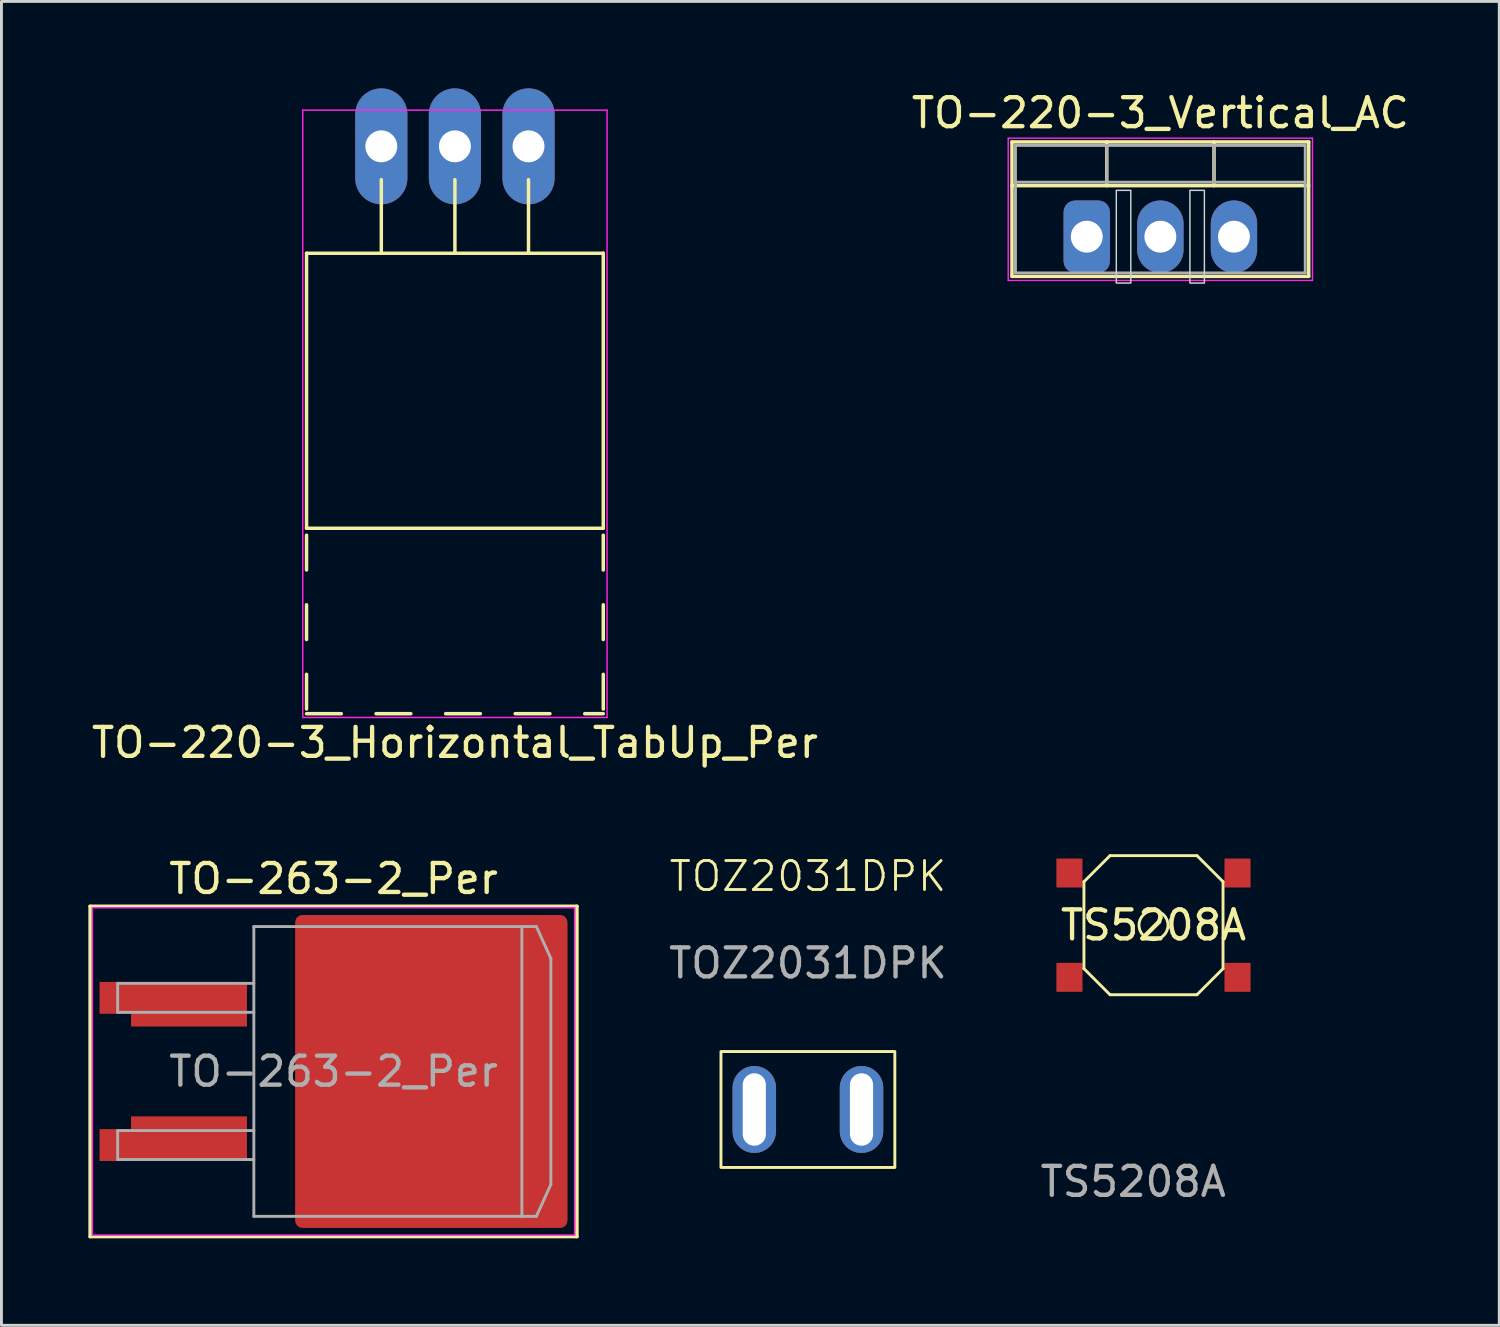
<source format=kicad_pcb>
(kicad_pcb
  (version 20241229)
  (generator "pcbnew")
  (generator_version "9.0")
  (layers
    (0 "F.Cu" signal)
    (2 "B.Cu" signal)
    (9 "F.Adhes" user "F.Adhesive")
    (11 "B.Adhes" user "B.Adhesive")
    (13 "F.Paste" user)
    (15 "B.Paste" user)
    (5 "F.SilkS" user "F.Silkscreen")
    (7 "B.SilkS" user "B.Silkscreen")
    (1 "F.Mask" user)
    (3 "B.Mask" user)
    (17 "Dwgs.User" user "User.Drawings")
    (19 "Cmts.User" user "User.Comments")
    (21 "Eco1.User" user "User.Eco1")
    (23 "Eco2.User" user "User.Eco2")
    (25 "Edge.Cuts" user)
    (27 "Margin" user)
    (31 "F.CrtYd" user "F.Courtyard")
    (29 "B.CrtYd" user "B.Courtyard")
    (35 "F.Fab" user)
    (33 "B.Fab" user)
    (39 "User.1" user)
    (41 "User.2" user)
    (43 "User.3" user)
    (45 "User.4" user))
  (footprint "TS5208A"
    (layer "F.Cu")
    (at 36.757 28.878)
    (property "Reference" "TS5208A" (at 0 0 0) (layer "F.SilkS") (effects (font (size 1 1) (thickness 0.15))))
    (attr smd)
    (fp_line (start -2.4 -1.5) (end -1.5 -2.4) (stroke (width 0.1) (type default)) (layer "F.SilkS"))
    (fp_line (start -2.4 1.5) (end -2.4 -1.5) (stroke (width 0.1) (type solid)) (layer "F.SilkS"))
    (fp_line (start -1.5 2.4) (end -2.4 1.5) (stroke (width 0.1) (type default)) (layer "F.SilkS"))
    (fp_line (start 1.5 -2.4) (end -1.5 -2.4) (stroke (width 0.1) (type solid)) (layer "F.SilkS"))
    (fp_line (start 1.5 2.4) (end -1.5 2.4) (stroke (width 0.1) (type solid)) (layer "F.SilkS"))
    (fp_line (start 1.5 2.4) (end 2.4 1.5) (stroke (width 0.1) (type default)) (layer "F.SilkS"))
    (fp_line (start 2.4 -1.5) (end 1.5 -2.4) (stroke (width 0.1) (type default)) (layer "F.SilkS"))
    (fp_line (start 2.4 1.5) (end 2.4 -1.5) (stroke (width 0.1) (type solid)) (layer "F.SilkS"))
    (fp_circle (center 0 0) (end 0.5 0) (stroke (width 0.1) (type default)) (fill no) (layer "F.SilkS"))
    (fp_text user "${REFERENCE}" (at -0.7 8.85 0) (layer "F.Fab") (effects (font (size 1 1) (thickness 0.15))))
    (pad "1" smd rect (at -2.9 -1.8 90) (size 1 0.9) (layers "F.Cu" "F.Mask" "F.Paste"))
    (pad "1" smd rect (at 2.9 -1.8 90) (size 1 0.9) (layers "F.Cu" "F.Mask" "F.Paste"))
    (pad "2" smd rect (at -2.9 1.8 90) (size 1 0.9) (layers "F.Cu" "F.Mask" "F.Paste"))
    (pad "2" smd rect (at 2.9 1.8 90) (size 1 0.9) (layers "F.Cu" "F.Mask" "F.Paste")))
  (footprint "TO-220-3_Vertical_AC"
    (layer "F.Cu")
    (at 34.454 5.118)
    (property "Reference" "TO-220-3_Vertical_AC" (at 2.54 -4.27 0) (layer "F.SilkS") (effects (font (size 1 1) (thickness 0.15))))
    (attr through_hole)
    (fp_line (start -2.58 -3.27) (end -2.58 1.371) (stroke (width 0.12) (type solid)) (layer "F.SilkS"))
    (fp_line (start -2.58 -3.27) (end 7.66 -3.27) (stroke (width 0.12) (type solid)) (layer "F.SilkS"))
    (fp_line (start -2.58 -1.76) (end 7.66 -1.76) (stroke (width 0.12) (type solid)) (layer "F.SilkS"))
    (fp_line (start -2.58 1.371) (end 7.66 1.371) (stroke (width 0.12) (type solid)) (layer "F.SilkS"))
    (fp_line (start 0.69 -3.27) (end 0.69 -1.76) (stroke (width 0.12) (type solid)) (layer "F.SilkS"))
    (fp_line (start 4.391 -3.27) (end 4.391 -1.76) (stroke (width 0.12) (type solid)) (layer "F.SilkS"))
    (fp_line (start 7.66 -3.27) (end 7.66 1.371) (stroke (width 0.12) (type solid)) (layer "F.SilkS"))
    (fp_rect (start 1.02 -1.6) (end 1.52 1.6) (stroke (width 0.05) (type default)) (fill no) (layer "Edge.Cuts"))
    (fp_rect (start 3.56 -1.6) (end 4.06 1.6) (stroke (width 0.05) (type default)) (fill no) (layer "Edge.Cuts"))
    (fp_line (start -2.71 -3.4) (end -2.71 1.51) (stroke (width 0.05) (type solid)) (layer "F.CrtYd"))
    (fp_line (start -2.71 1.51) (end 7.79 1.51) (stroke (width 0.05) (type solid)) (layer "F.CrtYd"))
    (fp_line (start 7.79 -3.4) (end -2.71 -3.4) (stroke (width 0.05) (type solid)) (layer "F.CrtYd"))
    (fp_line (start 7.79 1.51) (end 7.79 -3.4) (stroke (width 0.05) (type solid)) (layer "F.CrtYd"))
    (fp_line (start -2.46 -3.15) (end -2.46 1.25) (stroke (width 0.1) (type solid)) (layer "F.Fab"))
    (fp_line (start -2.46 -1.88) (end 7.54 -1.88) (stroke (width 0.1) (type solid)) (layer "F.Fab"))
    (fp_line (start -2.46 1.25) (end 7.54 1.25) (stroke (width 0.1) (type solid)) (layer "F.Fab"))
    (fp_line (start 0.69 -3.15) (end 0.69 -1.88) (stroke (width 0.1) (type solid)) (layer "F.Fab"))
    (fp_line (start 4.39 -3.15) (end 4.39 -1.88) (stroke (width 0.1) (type solid)) (layer "F.Fab"))
    (fp_line (start 7.54 -3.15) (end -2.46 -3.15) (stroke (width 0.1) (type solid)) (layer "F.Fab"))
    (fp_line (start 7.54 1.25) (end 7.54 -3.15) (stroke (width 0.1) (type solid)) (layer "F.Fab"))
    (pad "1" thru_hole roundrect (at 0 0) (size 1.6 2.5) (drill 1.1) (layers "*.Cu" "*.Mask") (roundrect_rratio 0.25))
    (pad "2" thru_hole oval (at 2.54 0) (size 1.6 2.5) (drill 1.1) (layers "*.Cu" "*.Mask"))
    (pad "3" thru_hole oval (at 5.08 0) (size 1.6 2.5) (drill 1.1) (layers "*.Cu" "*.Mask")))
  (footprint "TO-263-2_Per"
    (layer "F.Cu")
    (at 8.46 33.926)
    (property "Reference" "TO-263-2_Per" (at 0 -6.65 0) (layer "F.SilkS") (effects (font (size 1 1) (thickness 0.15))))
    (attr smd)
    (fp_line (start -8.4 -5.7) (end -8.4 5.7) (stroke (width 0.12) (type solid)) (layer "F.SilkS"))
    (fp_line (start -8.4 5.7) (end 8.4 5.7) (stroke (width 0.12) (type solid)) (layer "F.SilkS"))
    (fp_line (start 8.4 -5.7) (end -8.4 -5.7) (stroke (width 0.12) (type solid)) (layer "F.SilkS"))
    (fp_line (start 8.4 5.7) (end 8.4 -5.7) (stroke (width 0.12) (type solid)) (layer "F.SilkS"))
    (fp_line (start -8.32 -5.65) (end -8.32 5.65) (stroke (width 0.05) (type solid)) (layer "F.CrtYd"))
    (fp_line (start -8.32 5.65) (end 8.32 5.65) (stroke (width 0.05) (type solid)) (layer "F.CrtYd"))
    (fp_line (start 8.32 -5.65) (end -8.32 -5.65) (stroke (width 0.05) (type solid)) (layer "F.CrtYd"))
    (fp_line (start 8.32 5.65) (end 8.32 -5.65) (stroke (width 0.05) (type solid)) (layer "F.CrtYd"))
    (fp_line (start -7.45 -3.04) (end -7.45 -2.04) (stroke (width 0.1) (type solid)) (layer "F.Fab"))
    (fp_line (start -7.45 -2.04) (end -2.75 -2.04) (stroke (width 0.1) (type solid)) (layer "F.Fab"))
    (fp_line (start -7.45 2.04) (end -7.45 3.04) (stroke (width 0.1) (type solid)) (layer "F.Fab"))
    (fp_line (start -7.45 3.04) (end -2.75 3.04) (stroke (width 0.1) (type solid)) (layer "F.Fab"))
    (fp_line (start -2.75 -5) (end 6.5 -5) (stroke (width 0.1) (type solid)) (layer "F.Fab"))
    (fp_line (start -2.75 -3.04) (end -7.45 -3.04) (stroke (width 0.1) (type solid)) (layer "F.Fab"))
    (fp_line (start -2.75 2.04) (end -7.45 2.04) (stroke (width 0.1) (type solid)) (layer "F.Fab"))
    (fp_line (start -2.75 5) (end -2.75 -5) (stroke (width 0.1) (type solid)) (layer "F.Fab"))
    (fp_line (start 6.5 -5) (end 6.5 5) (stroke (width 0.1) (type solid)) (layer "F.Fab"))
    (fp_line (start 6.5 -5) (end 7 -5) (stroke (width 0.1) (type solid)) (layer "F.Fab"))
    (fp_line (start 6.5 5) (end -2.75 5) (stroke (width 0.1) (type solid)) (layer "F.Fab"))
    (fp_line (start 6.5 5) (end 7 5) (stroke (width 0.1) (type solid)) (layer "F.Fab"))
    (fp_line (start 7 -5) (end 7.5 -3.9) (stroke (width 0.1) (type solid)) (layer "F.Fab"))
    (fp_line (start 7 5) (end 7.5 3.9) (stroke (width 0.1) (type solid)) (layer "F.Fab"))
    (fp_line (start 7.5 -3.9) (end 7.5 3.9) (stroke (width 0.1) (type solid)) (layer "F.Fab"))
    (fp_text user "${REFERENCE}" (at 0 0 0) (layer "F.Fab") (effects (font (size 1 1) (thickness 0.15))))
    (pad "" smd roundrect (at -0.1 -3.9) (size 2 2.3) (layers "F.Paste") (roundrect_rratio 0.125))
    (pad "" smd roundrect (at -0.1 -1.3) (size 2 2.3) (layers "F.Paste") (roundrect_rratio 0.125))
    (pad "" smd roundrect (at -0.1 1.3) (size 2 2.3) (layers "F.Paste") (roundrect_rratio 0.125))
    (pad "" smd roundrect (at -0.1 3.9) (size 2 2.3) (layers "F.Paste") (roundrect_rratio 0.125))
    (pad "" smd roundrect (at 2.2 -3.9) (size 2 2.3) (layers "F.Paste") (roundrect_rratio 0.125))
    (pad "" smd roundrect (at 2.2 -1.3) (size 2 2.3) (layers "F.Paste") (roundrect_rratio 0.125))
    (pad "" smd roundrect (at 2.2 1.3) (size 2 2.3) (layers "F.Paste") (roundrect_rratio 0.125))
    (pad "" smd roundrect (at 2.2 3.9) (size 2 2.3) (layers "F.Paste") (roundrect_rratio 0.125))
    (pad "" smd roundrect (at 4.5 -3.9) (size 2 2.3) (layers "F.Paste") (roundrect_rratio 0.125))
    (pad "" smd roundrect (at 4.5 -1.3) (size 2 2.3) (layers "F.Paste") (roundrect_rratio 0.125))
    (pad "" smd roundrect (at 4.5 1.3) (size 2 2.3) (layers "F.Paste") (roundrect_rratio 0.125))
    (pad "" smd roundrect (at 4.5 3.9) (size 2 2.3) (layers "F.Paste") (roundrect_rratio 0.125))
    (pad "" smd roundrect (at 6.8 -3.9) (size 2 2.3) (layers "F.Paste") (roundrect_rratio 0.125))
    (pad "" smd roundrect (at 6.8 -1.3) (size 2 2.3) (layers "F.Paste") (roundrect_rratio 0.125))
    (pad "" smd roundrect (at 6.8 1.3) (size 2 2.3) (layers "F.Paste") (roundrect_rratio 0.125))
    (pad "" smd roundrect (at 6.8 3.9) (size 2 2.3) (layers "F.Paste") (roundrect_rratio 0.125))
    (pad "1" smd rect (at -5.775 -2.54) (size 4.6 1.1) (layers "F.Cu" "F.Mask" "F.Paste"))
    (pad "1" smd rect (at -4.987 -2.3) (size 4 1.5) (layers "F.Cu" "F.Mask" "F.Paste"))
    (pad "2" smd roundrect (at 3.375 0) (size 9.4 10.8) (layers "F.Cu" "F.Mask") (roundrect_rratio 0.027))
    (pad "3" smd rect (at -5.775 2.54) (size 4.6 1.1) (layers "F.Cu" "F.Mask" "F.Paste"))
    (pad "3" smd rect (at -4.987 2.3) (size 4 1.5) (layers "F.Cu" "F.Mask" "F.Paste")))
  (footprint "TO-220-3_Horizontal_TabUp_Per"
    (layer "F.Cu")
    (at 10.109 2)
    (property "Reference" "TO-220-3_Horizontal_TabUp_Per" (at 2.54 20.58 180) (layer "F.SilkS") (effects (font (size 1 1) (thickness 0.15))))
    (attr through_hole)
    (fp_line (start -2.58 3.69) (end -2.58 13.18) (stroke (width 0.12) (type solid)) (layer "F.SilkS"))
    (fp_line (start -2.58 3.69) (end 7.66 3.69) (stroke (width 0.12) (type solid)) (layer "F.SilkS"))
    (fp_line (start -2.58 13.18) (end 7.66 13.18) (stroke (width 0.12) (type solid)) (layer "F.SilkS"))
    (fp_line (start -2.58 13.42) (end -2.58 14.62) (stroke (width 0.12) (type solid)) (layer "F.SilkS"))
    (fp_line (start -2.58 15.82) (end -2.58 17.02) (stroke (width 0.12) (type solid)) (layer "F.SilkS"))
    (fp_line (start -2.58 18.22) (end -2.58 19.42) (stroke (width 0.12) (type solid)) (layer "F.SilkS"))
    (fp_line (start -2.58 19.58) (end -1.38 19.58) (stroke (width 0.12) (type solid)) (layer "F.SilkS"))
    (fp_line (start -0.181 19.58) (end 1.02 19.58) (stroke (width 0.12) (type solid)) (layer "F.SilkS"))
    (fp_line (start 0 1.15) (end 0 3.69) (stroke (width 0.12) (type solid)) (layer "F.SilkS"))
    (fp_line (start 2.22 19.58) (end 3.42 19.58) (stroke (width 0.12) (type solid)) (layer "F.SilkS"))
    (fp_line (start 2.54 1.15) (end 2.54 3.69) (stroke (width 0.12) (type solid)) (layer "F.SilkS"))
    (fp_line (start 4.62 19.58) (end 5.82 19.58) (stroke (width 0.12) (type solid)) (layer "F.SilkS"))
    (fp_line (start 5.08 1.15) (end 5.08 3.69) (stroke (width 0.12) (type solid)) (layer "F.SilkS"))
    (fp_line (start 7.02 19.58) (end 7.66 19.58) (stroke (width 0.12) (type solid)) (layer "F.SilkS"))
    (fp_line (start 7.66 3.69) (end 7.66 13.18) (stroke (width 0.12) (type solid)) (layer "F.SilkS"))
    (fp_line (start 7.66 13.42) (end 7.66 14.62) (stroke (width 0.12) (type solid)) (layer "F.SilkS"))
    (fp_line (start 7.66 15.82) (end 7.66 17.02) (stroke (width 0.12) (type solid)) (layer "F.SilkS"))
    (fp_line (start 7.66 18.22) (end 7.66 19.42) (stroke (width 0.12) (type solid)) (layer "F.SilkS"))
    (fp_line (start -2.71 -1.25) (end -2.71 19.71) (stroke (width 0.05) (type solid)) (layer "F.CrtYd"))
    (fp_line (start -2.71 19.71) (end 7.79 19.71) (stroke (width 0.05) (type solid)) (layer "F.CrtYd"))
    (fp_line (start 7.79 -1.25) (end -2.71 -1.25) (stroke (width 0.05) (type solid)) (layer "F.CrtYd"))
    (fp_line (start 7.79 19.71) (end 7.79 -1.25) (stroke (width 0.05) (type solid)) (layer "F.CrtYd"))
    (pad "1" thru_hole oval (at 0 0) (size 1.8 4) (drill 1.1) (layers "*.Cu" "*.Mask"))
    (pad "2" thru_hole oval (at 2.54 0) (size 1.8 4) (drill 1.1) (layers "*.Cu" "*.Mask"))
    (pad "3" thru_hole oval (at 5.08 0) (size 1.8 4) (drill 1.1) (layers "*.Cu" "*.Mask")))
  (footprint "TOZ2031DPK"
    (layer "F.Cu")
    (at 24.831 35.239)
    (property "Reference" "TOZ2031DPK" (at 0 -8.05 0) (unlocked yes) (layer "F.SilkS") (effects (font (size 1 1) (thickness 0.1))))
    (attr through_hole)
    (fp_rect (start -3 -2) (end 3 2) (stroke (width 0.1) (type default)) (fill no) (layer "F.SilkS"))
    (fp_text user "${REFERENCE}" (at 0 -5.05 0) (unlocked yes) (layer "F.Fab") (effects (font (size 1 1) (thickness 0.15))))
    (pad "1" thru_hole oval (at -1.85 0) (size 1.5 3) (drill oval 0.8 2.5) (layers "*.Cu" "*.Mask"))
    (pad "1" thru_hole oval (at 1.85 0) (size 1.5 3) (drill oval 0.8 2.5) (layers "*.Cu" "*.Mask")))
  (gr_rect
    (start -3 -3)
    (end 48.69 42.687)
    (stroke (width 0.1) (type default))
    (fill no)
    (layer "Edge.Cuts")))
</source>
